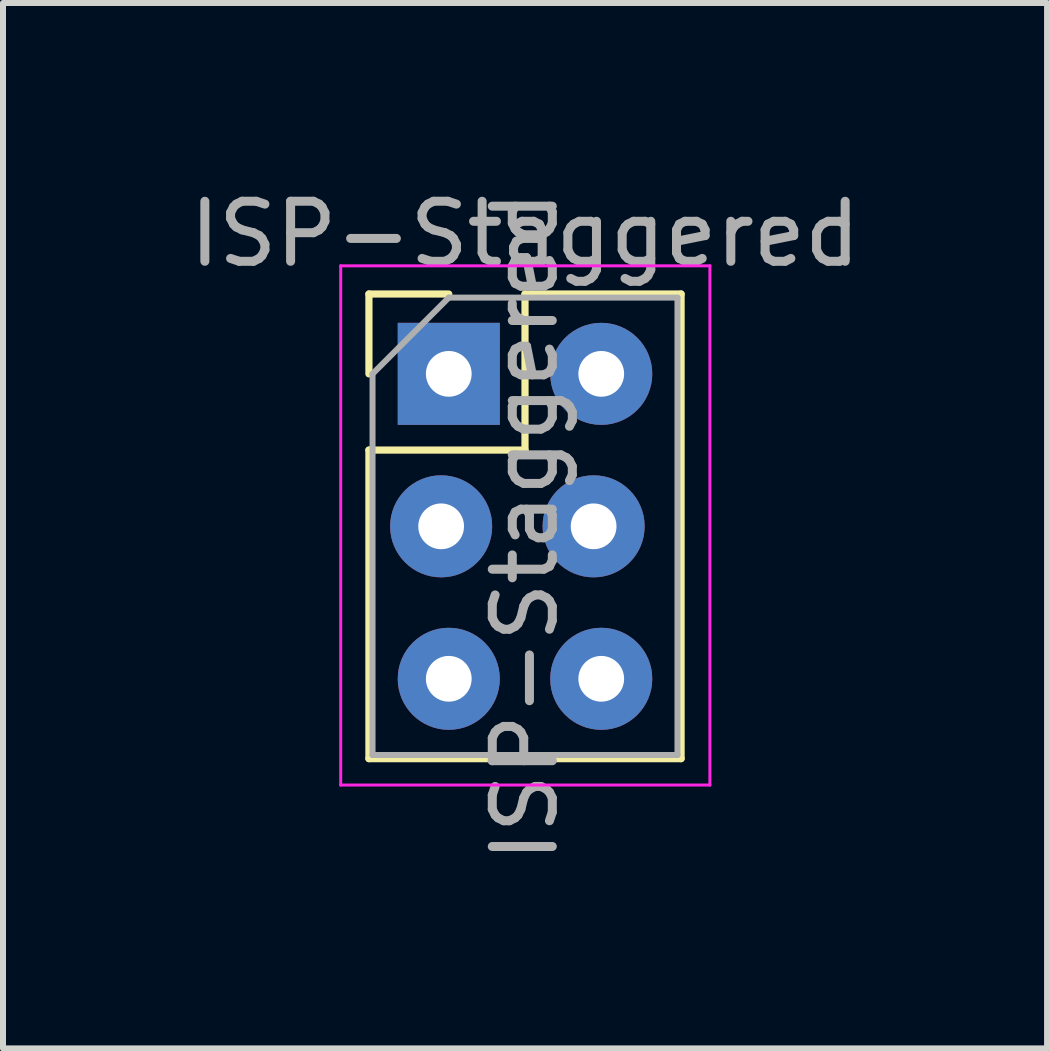
<source format=kicad_pcb>
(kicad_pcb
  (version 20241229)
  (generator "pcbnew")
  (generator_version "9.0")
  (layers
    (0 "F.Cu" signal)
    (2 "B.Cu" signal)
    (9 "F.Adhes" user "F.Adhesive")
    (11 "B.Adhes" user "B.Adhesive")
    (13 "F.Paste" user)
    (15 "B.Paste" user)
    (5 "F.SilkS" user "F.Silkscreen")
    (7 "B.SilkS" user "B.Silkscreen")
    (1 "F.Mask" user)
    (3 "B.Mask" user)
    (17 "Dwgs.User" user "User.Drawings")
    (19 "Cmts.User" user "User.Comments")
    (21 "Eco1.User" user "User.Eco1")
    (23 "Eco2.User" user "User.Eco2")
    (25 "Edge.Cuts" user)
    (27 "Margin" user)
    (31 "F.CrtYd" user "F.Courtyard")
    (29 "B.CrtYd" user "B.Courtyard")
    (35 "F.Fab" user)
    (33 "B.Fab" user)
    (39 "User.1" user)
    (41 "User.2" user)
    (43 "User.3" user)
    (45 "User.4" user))
  (footprint "ISP-Staggered"
    (layer "F.Cu")
    (at 4.426 3.178)
    (property "Reference" "ISP-Staggered" (at 1.27 -2.33 180) (layer "F.Fab") (effects (font (size 1 1) (thickness 0.15))))
    (attr through_hole)
    (fp_line (start -1.33 -1.33) (end 0 -1.33) (stroke (width 0.12) (type solid)) (layer "F.SilkS"))
    (fp_line (start -1.33 0) (end -1.33 -1.33) (stroke (width 0.12) (type solid)) (layer "F.SilkS"))
    (fp_line (start -1.33 1.27) (end -1.33 6.41) (stroke (width 0.12) (type solid)) (layer "F.SilkS"))
    (fp_line (start -1.33 1.27) (end 1.27 1.27) (stroke (width 0.12) (type solid)) (layer "F.SilkS"))
    (fp_line (start -1.33 6.41) (end 3.87 6.41) (stroke (width 0.12) (type solid)) (layer "F.SilkS"))
    (fp_line (start 1.27 -1.33) (end 3.87 -1.33) (stroke (width 0.12) (type solid)) (layer "F.SilkS"))
    (fp_line (start 1.27 1.27) (end 1.27 -1.33) (stroke (width 0.12) (type solid)) (layer "F.SilkS"))
    (fp_line (start 3.87 -1.33) (end 3.87 6.41) (stroke (width 0.12) (type solid)) (layer "F.SilkS"))
    (fp_line (start -1.8 -1.8) (end -1.8 6.85) (stroke (width 0.05) (type solid)) (layer "F.CrtYd"))
    (fp_line (start -1.8 6.85) (end 4.35 6.85) (stroke (width 0.05) (type solid)) (layer "F.CrtYd"))
    (fp_line (start 4.35 -1.8) (end -1.8 -1.8) (stroke (width 0.05) (type solid)) (layer "F.CrtYd"))
    (fp_line (start 4.35 6.85) (end 4.35 -1.8) (stroke (width 0.05) (type solid)) (layer "F.CrtYd"))
    (fp_line (start -1.27 0) (end 0 -1.27) (stroke (width 0.1) (type solid)) (layer "F.Fab"))
    (fp_line (start -1.27 6.35) (end -1.27 0) (stroke (width 0.1) (type solid)) (layer "F.Fab"))
    (fp_line (start 0 -1.27) (end 3.81 -1.27) (stroke (width 0.1) (type solid)) (layer "F.Fab"))
    (fp_line (start 3.81 -1.27) (end 3.81 6.35) (stroke (width 0.1) (type solid)) (layer "F.Fab"))
    (fp_line (start 3.81 6.35) (end -1.27 6.35) (stroke (width 0.1) (type solid)) (layer "F.Fab"))
    (fp_text user "${REFERENCE}" (at 1.27 2.54 270) (layer "F.Fab") (effects (font (size 1 1) (thickness 0.15))))
    (pad "1" thru_hole rect (at 0 0) (size 1.7 1.7) (drill 0.762) (layers "*.Cu" "*.Mask"))
    (pad "2" thru_hole oval (at 2.54 0) (size 1.7 1.7) (drill 0.762) (layers "*.Cu" "*.Mask"))
    (pad "3" thru_hole oval (at -0.127 2.54) (size 1.7 1.7) (drill 0.762) (layers "*.Cu" "*.Mask"))
    (pad "4" thru_hole oval (at 2.413 2.54) (size 1.7 1.7) (drill 0.762) (layers "*.Cu" "*.Mask"))
    (pad "5" thru_hole oval (at 0 5.08) (size 1.7 1.7) (drill 0.762) (layers "*.Cu" "*.Mask"))
    (pad "6" thru_hole oval (at 2.54 5.08) (size 1.7 1.7) (drill 0.762) (layers "*.Cu" "*.Mask")))
  (gr_rect
    (start -3 -3)
    (end 14.393 14.415)
    (stroke (width 0.1) (type default))
    (fill no)
    (layer "Edge.Cuts")))
</source>
